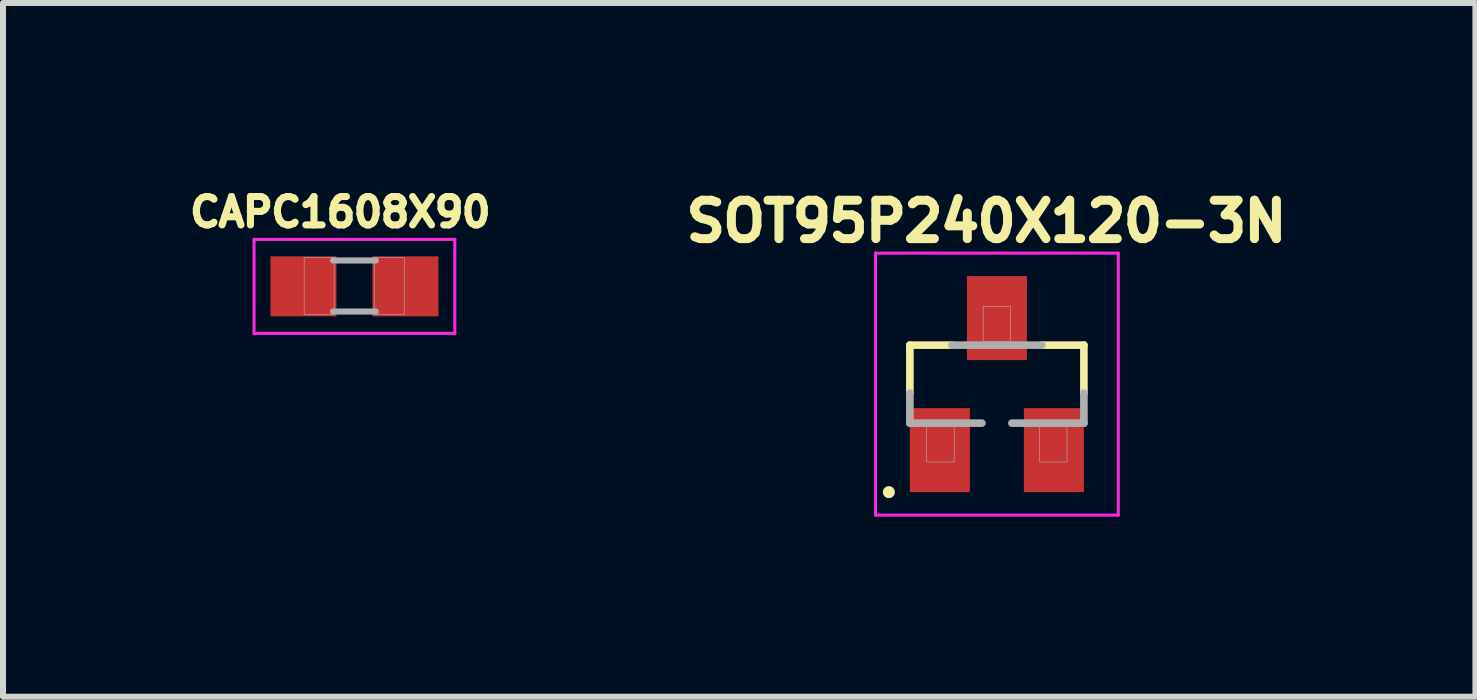
<source format=kicad_pcb>
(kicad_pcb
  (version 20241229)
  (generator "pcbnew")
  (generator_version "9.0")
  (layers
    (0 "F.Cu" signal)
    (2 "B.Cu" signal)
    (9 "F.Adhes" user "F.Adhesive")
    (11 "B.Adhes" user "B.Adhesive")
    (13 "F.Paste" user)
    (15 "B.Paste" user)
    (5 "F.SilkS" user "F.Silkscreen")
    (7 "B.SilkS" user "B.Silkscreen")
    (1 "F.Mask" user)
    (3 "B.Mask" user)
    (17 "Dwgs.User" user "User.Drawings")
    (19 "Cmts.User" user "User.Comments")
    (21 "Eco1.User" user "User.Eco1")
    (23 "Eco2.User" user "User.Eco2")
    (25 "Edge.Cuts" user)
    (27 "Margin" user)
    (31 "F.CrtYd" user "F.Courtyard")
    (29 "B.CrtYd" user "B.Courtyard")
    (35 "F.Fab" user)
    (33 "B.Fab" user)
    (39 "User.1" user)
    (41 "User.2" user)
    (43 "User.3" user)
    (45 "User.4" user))
  (footprint "CAPC1608X90"
    (layer "F.Cu")
    (at 2.856 1.722)
    (property "Reference" "CAPC1608X90" (at -0.235 -1.237 0) (layer "F.SilkS") (effects (font (size 0.473 0.473) (thickness 0.15))))
    (attr smd)
    (fp_line (start -1.673 -0.783) (end 1.673 -0.783) (stroke (width 0.051) (type solid)) (layer "F.CrtYd"))
    (fp_line (start -1.673 0.783) (end -1.673 -0.783) (stroke (width 0.051) (type solid)) (layer "F.CrtYd"))
    (fp_line (start 1.673 -0.783) (end 1.673 0.783) (stroke (width 0.051) (type solid)) (layer "F.CrtYd"))
    (fp_line (start 1.673 0.783) (end -1.673 0.783) (stroke (width 0.051) (type solid)) (layer "F.CrtYd"))
    (fp_line (start -0.356 -0.432) (end 0.356 -0.432) (stroke (width 0.102) (type solid)) (layer "F.Fab"))
    (fp_line (start -0.356 0.419) (end 0.356 0.419) (stroke (width 0.102) (type solid)) (layer "F.Fab"))
    (fp_poly (pts (xy -0.838 -0.48) (xy -0.338 -0.48) (xy -0.338 0.47) (xy -0.838 0.47)) (stroke (width 0.01) (type solid)) (fill no) (layer "F.Fab"))
    (fp_poly (pts (xy 0.33 -0.48) (xy 0.83 -0.48) (xy 0.83 0.47) (xy 0.33 0.47)) (stroke (width 0.01) (type solid)) (fill no) (layer "F.Fab"))
    (pad "1" smd rect (at -0.85 0) (size 1.1 1) (layers "F.Cu" "F.Mask" "F.Paste"))
    (pad "2" smd rect (at 0.85 0) (size 1.1 1) (layers "F.Cu" "F.Mask" "F.Paste")))
  (footprint "SOT95P240X120-3N"
    (layer "F.Cu")
    (at 13.562 3.351)
    (property "Reference" "SOT95P240X120-3N" (at -0.173 -2.713 0) (layer "F.SilkS") (effects (font (size 0.64 0.64) (thickness 0.15))))
    (attr smd)
    (fp_line (start -1.45 -0.65) (end -1.45 0.15) (stroke (width 0.127) (type solid)) (layer "F.SilkS"))
    (fp_line (start -1.45 -0.65) (end -0.75 -0.65) (stroke (width 0.127) (type solid)) (layer "F.SilkS"))
    (fp_line (start 1.45 -0.65) (end 0.75 -0.65) (stroke (width 0.127) (type solid)) (layer "F.SilkS"))
    (fp_line (start 1.45 -0.65) (end 1.45 0.15) (stroke (width 0.127) (type solid)) (layer "F.SilkS"))
    (fp_circle (center -1.8 1.8) (end -1.7 1.8) (stroke (width 0) (type solid)) (fill yes) (layer "F.SilkS"))
    (fp_line (start -2.023 -2.183) (end 2.023 -2.183) (stroke (width 0.051) (type solid)) (layer "F.CrtYd"))
    (fp_line (start -2.023 2.183) (end -2.023 -2.183) (stroke (width 0.051) (type solid)) (layer "F.CrtYd"))
    (fp_line (start 2.023 -2.183) (end 2.023 2.183) (stroke (width 0.051) (type solid)) (layer "F.CrtYd"))
    (fp_line (start 2.023 2.183) (end -2.023 2.183) (stroke (width 0.051) (type solid)) (layer "F.CrtYd"))
    (fp_line (start -1.45 0.15) (end -1.45 0.65) (stroke (width 0.127) (type solid)) (layer "F.Fab"))
    (fp_line (start -1.45 0.65) (end -0.25 0.65) (stroke (width 0.127) (type solid)) (layer "F.Fab"))
    (fp_line (start -0.75 -0.65) (end 0.75 -0.65) (stroke (width 0.127) (type solid)) (layer "F.Fab"))
    (fp_line (start 0.25 0.65) (end 1.45 0.65) (stroke (width 0.127) (type solid)) (layer "F.Fab"))
    (fp_line (start 1.45 0.65) (end 1.45 0.15) (stroke (width 0.127) (type solid)) (layer "F.Fab"))
    (fp_poly (pts (xy -1.17 0.711) (xy -0.711 0.711) (xy -0.711 1.297) (xy -1.17 1.297)) (stroke (width 0.01) (type solid)) (fill no) (layer "F.Fab"))
    (fp_poly (pts (xy -0.229 -1.295) (xy 0.229 -1.295) (xy 0.229 -0.711) (xy -0.229 -0.711)) (stroke (width 0.01) (type solid)) (fill no) (layer "F.Fab"))
    (fp_poly (pts (xy 0.713 0.711) (xy 1.168 0.711) (xy 1.168 1.298) (xy 0.713 1.298)) (stroke (width 0.01) (type solid)) (fill no) (layer "F.Fab"))
    (pad "1" smd rect (at -0.95 1.1) (size 1 1.4) (layers "F.Cu" "F.Mask" "F.Paste"))
    (pad "2" smd rect (at 0.95 1.1) (size 1 1.4) (layers "F.Cu" "F.Mask" "F.Paste"))
    (pad "3" smd rect (at 0 -1.1) (size 1 1.4) (layers "F.Cu" "F.Mask" "F.Paste")))
  (gr_rect
    (start -3 -3)
    (end 21.536 8.56)
    (stroke (width 0.1) (type default))
    (fill no)
    (layer "Edge.Cuts")))
</source>
